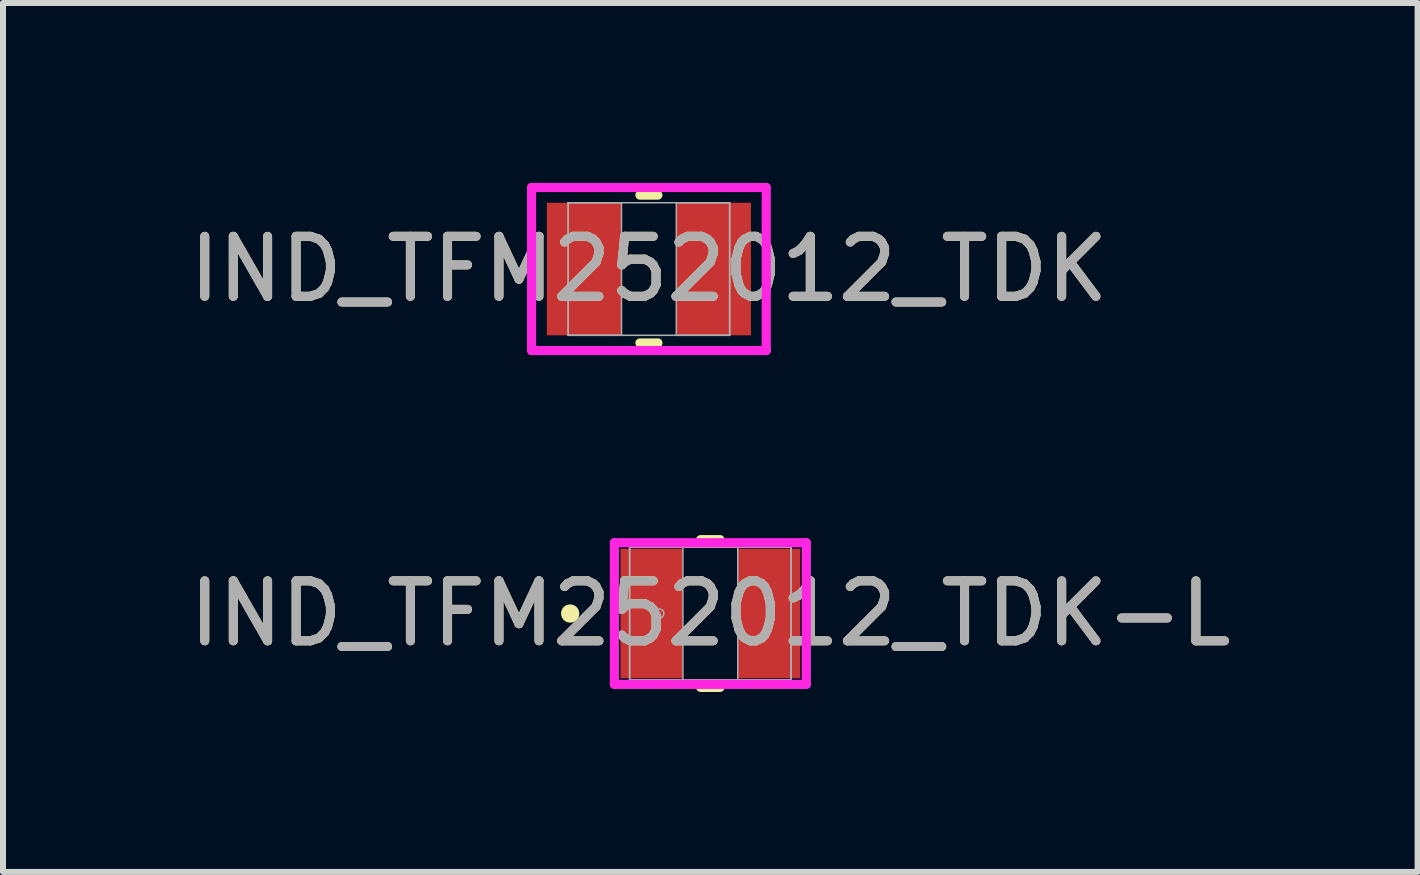
<source format=kicad_pcb>
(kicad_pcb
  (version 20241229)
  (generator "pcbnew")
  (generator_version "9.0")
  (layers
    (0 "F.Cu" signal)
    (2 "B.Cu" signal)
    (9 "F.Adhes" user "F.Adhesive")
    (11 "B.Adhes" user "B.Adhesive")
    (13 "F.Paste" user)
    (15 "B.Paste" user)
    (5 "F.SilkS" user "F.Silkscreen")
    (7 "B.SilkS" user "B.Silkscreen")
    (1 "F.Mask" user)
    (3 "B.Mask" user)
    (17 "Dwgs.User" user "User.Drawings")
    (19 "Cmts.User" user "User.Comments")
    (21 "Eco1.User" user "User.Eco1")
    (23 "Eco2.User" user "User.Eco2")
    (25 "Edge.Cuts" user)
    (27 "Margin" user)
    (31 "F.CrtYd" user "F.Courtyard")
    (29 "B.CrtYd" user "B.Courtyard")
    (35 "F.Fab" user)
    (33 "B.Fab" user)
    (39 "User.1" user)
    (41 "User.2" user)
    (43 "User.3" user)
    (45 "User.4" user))
  (footprint "IND_TFM252012_TDK-L"
    (layer "F.Cu")
    (at 8.792 7.178)
    (property "Reference" "IND_TFM252012_TDK-L" (at 0 0 0) (unlocked yes) (layer "F.SilkS") (effects (font (size 1 1) (thickness 0.15))))
    (attr smd)
    (fp_line (start -0.161 1.232) (end 0.161 1.232) (stroke (width 0.152) (type solid)) (layer "F.SilkS"))
    (fp_line (start 0.161 -1.232) (end -0.161 -1.232) (stroke (width 0.152) (type solid)) (layer "F.SilkS"))
    (fp_circle (center -2.337 0) (end -2.261 0) (stroke (width 0.152) (type solid)) (fill no) (layer "F.SilkS"))
    (fp_line (start -1.6 -1.181) (end 1.6 -1.181) (stroke (width 0.152) (type solid)) (layer "F.CrtYd"))
    (fp_line (start -1.6 1.181) (end -1.6 -1.181) (stroke (width 0.152) (type solid)) (layer "F.CrtYd"))
    (fp_line (start 1.6 -1.181) (end 1.6 1.181) (stroke (width 0.152) (type solid)) (layer "F.CrtYd"))
    (fp_line (start 1.6 1.181) (end -1.6 1.181) (stroke (width 0.152) (type solid)) (layer "F.CrtYd"))
    (fp_line (start -1.346 -1.105) (end -1.346 1.105) (stroke (width 0.025) (type solid)) (layer "F.Fab"))
    (fp_line (start -1.346 -1.105) (end -1.346 1.105) (stroke (width 0.025) (type solid)) (layer "F.Fab"))
    (fp_line (start -1.346 1.105) (end -0.457 1.105) (stroke (width 0.025) (type solid)) (layer "F.Fab"))
    (fp_line (start -1.346 1.105) (end 1.346 1.105) (stroke (width 0.025) (type solid)) (layer "F.Fab"))
    (fp_line (start -0.457 -1.105) (end -1.346 -1.105) (stroke (width 0.025) (type solid)) (layer "F.Fab"))
    (fp_line (start -0.457 1.105) (end -0.457 -1.105) (stroke (width 0.025) (type solid)) (layer "F.Fab"))
    (fp_line (start 0.457 -1.105) (end 0.457 1.105) (stroke (width 0.025) (type solid)) (layer "F.Fab"))
    (fp_line (start 0.457 1.105) (end 1.346 1.105) (stroke (width 0.025) (type solid)) (layer "F.Fab"))
    (fp_line (start 1.346 -1.105) (end -1.346 -1.105) (stroke (width 0.025) (type solid)) (layer "F.Fab"))
    (fp_line (start 1.346 -1.105) (end 0.457 -1.105) (stroke (width 0.025) (type solid)) (layer "F.Fab"))
    (fp_line (start 1.346 1.105) (end 1.346 -1.105) (stroke (width 0.025) (type solid)) (layer "F.Fab"))
    (fp_line (start 1.346 1.105) (end 1.346 -1.105) (stroke (width 0.025) (type solid)) (layer "F.Fab"))
    (fp_circle (center -0.851 0) (end -0.775 0) (stroke (width 0.025) (type solid)) (fill no) (layer "F.Fab"))
    (fp_text user "${REFERENCE}" (at 0 0 0) (unlocked yes) (layer "F.Fab") (effects (font (size 1 1) (thickness 0.15))))
    (pad "1" smd rect (at -0.978 0) (size 1.041 2.159) (layers "F.Cu" "F.Mask" "F.Paste"))
    (pad "2" smd rect (at 0.978 0) (size 1.041 2.159) (layers "F.Cu" "F.Mask" "F.Paste"))
    (zone (net_name "") (layer "F.Cu") (hatch full 0.508) (connect_pads) (min_thickness 0.254) (filled_areas_thickness no) (keepout (tracks not_allowed) (vias not_allowed) (pads allowed) (copperpour not_allowed) (footprints allowed)) (placement (enabled no)) (fill) (polygon (pts (xy 8.385 6.124) (xy 9.198 6.124) (xy 9.198 8.232) (xy 8.385 8.232)))))
  (footprint "IND_TFM252012_TDK"
    (layer "F.Cu")
    (at 7.768 1.435)
    (property "Reference" "IND_TFM252012_TDK" (at 0 0 0) (unlocked yes) (layer "F.SilkS") (effects (font (size 1 1) (thickness 0.15))))
    (attr smd)
    (fp_line (start -0.15 1.232) (end 0.15 1.232) (stroke (width 0.152) (type solid)) (layer "F.SilkS"))
    (fp_line (start 0.15 -1.232) (end -0.15 -1.232) (stroke (width 0.152) (type solid)) (layer "F.SilkS"))
    (fp_line (start -1.956 -1.359) (end 1.956 -1.359) (stroke (width 0.152) (type solid)) (layer "F.CrtYd"))
    (fp_line (start -1.956 1.359) (end -1.956 -1.359) (stroke (width 0.152) (type solid)) (layer "F.CrtYd"))
    (fp_line (start 1.956 -1.359) (end 1.956 1.359) (stroke (width 0.152) (type solid)) (layer "F.CrtYd"))
    (fp_line (start 1.956 1.359) (end -1.956 1.359) (stroke (width 0.152) (type solid)) (layer "F.CrtYd"))
    (fp_line (start -1.346 -1.105) (end -1.346 1.105) (stroke (width 0.025) (type solid)) (layer "F.Fab"))
    (fp_line (start -1.346 -1.105) (end -1.346 1.105) (stroke (width 0.025) (type solid)) (layer "F.Fab"))
    (fp_line (start -1.346 1.105) (end -0.457 1.105) (stroke (width 0.025) (type solid)) (layer "F.Fab"))
    (fp_line (start -1.346 1.105) (end 1.346 1.105) (stroke (width 0.025) (type solid)) (layer "F.Fab"))
    (fp_line (start -0.457 -1.105) (end -1.346 -1.105) (stroke (width 0.025) (type solid)) (layer "F.Fab"))
    (fp_line (start -0.457 1.105) (end -0.457 -1.105) (stroke (width 0.025) (type solid)) (layer "F.Fab"))
    (fp_line (start 0.457 -1.105) (end 0.457 1.105) (stroke (width 0.025) (type solid)) (layer "F.Fab"))
    (fp_line (start 0.457 1.105) (end 1.346 1.105) (stroke (width 0.025) (type solid)) (layer "F.Fab"))
    (fp_line (start 1.346 -1.105) (end -1.346 -1.105) (stroke (width 0.025) (type solid)) (layer "F.Fab"))
    (fp_line (start 1.346 -1.105) (end 0.457 -1.105) (stroke (width 0.025) (type solid)) (layer "F.Fab"))
    (fp_line (start 1.346 1.105) (end 1.346 -1.105) (stroke (width 0.025) (type solid)) (layer "F.Fab"))
    (fp_line (start 1.346 1.105) (end 1.346 -1.105) (stroke (width 0.025) (type solid)) (layer "F.Fab"))
    (fp_circle (center -0.953 0) (end -0.953 0) (stroke (width 0.025) (type solid)) (fill no) (layer "F.Fab"))
    (fp_text user "${REFERENCE}" (at 0 0 0) (unlocked yes) (layer "F.Fab") (effects (font (size 1 1) (thickness 0.15))))
    (pad "1" smd rect (at -1.079 0) (size 1.245 2.21) (layers "F.Cu" "F.Mask" "F.Paste"))
    (pad "2" smd rect (at 1.079 0) (size 1.245 2.21) (layers "F.Cu" "F.Mask" "F.Paste"))
    (zone (net_name "") (layer "F.Cu") (hatch full 0.508) (connect_pads) (min_thickness 0.254) (filled_areas_thickness no) (keepout (tracks not_allowed) (vias not_allowed) (pads allowed) (copperpour not_allowed) (footprints allowed)) (placement (enabled no)) (fill) (polygon (pts (xy 7.361 0.381) (xy 8.174 0.381) (xy 8.174 2.489) (xy 7.361 2.489)))))
  (gr_rect
    (start -3 -3)
    (end 20.583 11.486)
    (stroke (width 0.1) (type default))
    (fill no)
    (layer "Edge.Cuts")))
</source>
